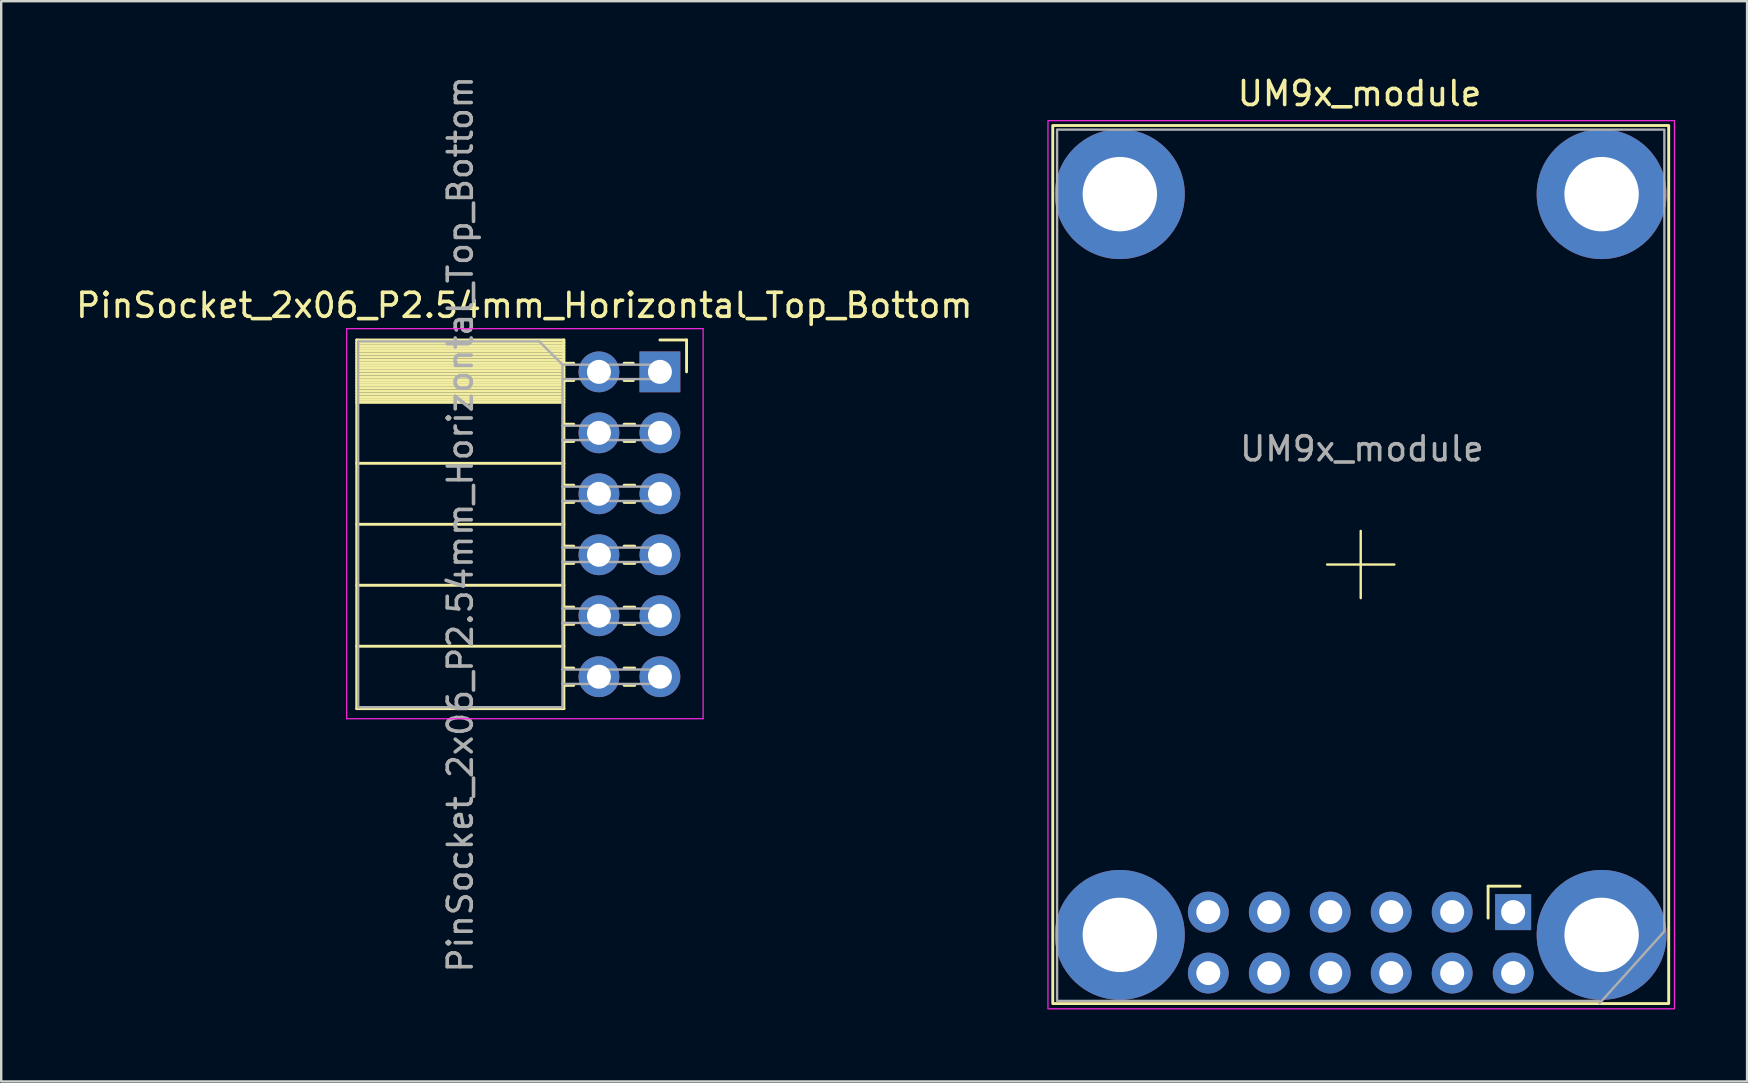
<source format=kicad_pcb>
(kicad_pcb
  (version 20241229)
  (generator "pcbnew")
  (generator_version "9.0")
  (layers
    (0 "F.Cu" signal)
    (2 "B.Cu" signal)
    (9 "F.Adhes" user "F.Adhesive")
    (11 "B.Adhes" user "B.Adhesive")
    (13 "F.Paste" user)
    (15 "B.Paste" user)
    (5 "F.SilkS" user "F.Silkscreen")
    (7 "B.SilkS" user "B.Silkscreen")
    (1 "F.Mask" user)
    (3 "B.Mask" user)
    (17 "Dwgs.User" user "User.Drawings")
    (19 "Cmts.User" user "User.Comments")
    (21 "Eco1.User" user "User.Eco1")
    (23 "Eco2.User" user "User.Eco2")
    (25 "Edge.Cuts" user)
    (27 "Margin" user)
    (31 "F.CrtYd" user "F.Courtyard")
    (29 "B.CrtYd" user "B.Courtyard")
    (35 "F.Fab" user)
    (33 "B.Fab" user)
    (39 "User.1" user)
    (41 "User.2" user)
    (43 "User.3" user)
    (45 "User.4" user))
  (footprint "PinSocket_2x06_P2.54mm_Horizontal_Top_Bottom"
    (layer "F.Cu")
    (at 24.442 12.442)
    (property "Reference" "PinSocket_2x06_P2.54mm_Horizontal_Top_Bottom" (at -5.65 -2.77 0) (layer "F.SilkS") (effects (font (size 1 1) (thickness 0.15))))
    (attr through_hole)
    (fp_line (start -12.63 -1.33) (end -12.63 14.03) (stroke (width 0.12) (type solid)) (layer "F.SilkS"))
    (fp_line (start -12.63 -1.33) (end -4 -1.33) (stroke (width 0.12) (type solid)) (layer "F.SilkS"))
    (fp_line (start -12.63 -1.21) (end -4 -1.21) (stroke (width 0.12) (type solid)) (layer "F.SilkS"))
    (fp_line (start -12.63 -1.092) (end -4 -1.092) (stroke (width 0.12) (type solid)) (layer "F.SilkS"))
    (fp_line (start -12.63 -0.974) (end -4 -0.974) (stroke (width 0.12) (type solid)) (layer "F.SilkS"))
    (fp_line (start -12.63 -0.856) (end -4 -0.856) (stroke (width 0.12) (type solid)) (layer "F.SilkS"))
    (fp_line (start -12.63 -0.738) (end -4 -0.738) (stroke (width 0.12) (type solid)) (layer "F.SilkS"))
    (fp_line (start -12.63 -0.62) (end -4 -0.62) (stroke (width 0.12) (type solid)) (layer "F.SilkS"))
    (fp_line (start -12.63 -0.501) (end -4 -0.501) (stroke (width 0.12) (type solid)) (layer "F.SilkS"))
    (fp_line (start -12.63 -0.383) (end -4 -0.383) (stroke (width 0.12) (type solid)) (layer "F.SilkS"))
    (fp_line (start -12.63 -0.265) (end -4 -0.265) (stroke (width 0.12) (type solid)) (layer "F.SilkS"))
    (fp_line (start -12.63 -0.147) (end -4 -0.147) (stroke (width 0.12) (type solid)) (layer "F.SilkS"))
    (fp_line (start -12.63 -0.029) (end -4 -0.029) (stroke (width 0.12) (type solid)) (layer "F.SilkS"))
    (fp_line (start -12.63 0.089) (end -4 0.089) (stroke (width 0.12) (type solid)) (layer "F.SilkS"))
    (fp_line (start -12.63 0.207) (end -4 0.207) (stroke (width 0.12) (type solid)) (layer "F.SilkS"))
    (fp_line (start -12.63 0.325) (end -4 0.325) (stroke (width 0.12) (type solid)) (layer "F.SilkS"))
    (fp_line (start -12.63 0.443) (end -4 0.443) (stroke (width 0.12) (type solid)) (layer "F.SilkS"))
    (fp_line (start -12.63 0.561) (end -4 0.561) (stroke (width 0.12) (type solid)) (layer "F.SilkS"))
    (fp_line (start -12.63 0.68) (end -4 0.68) (stroke (width 0.12) (type solid)) (layer "F.SilkS"))
    (fp_line (start -12.63 0.798) (end -4 0.798) (stroke (width 0.12) (type solid)) (layer "F.SilkS"))
    (fp_line (start -12.63 0.916) (end -4 0.916) (stroke (width 0.12) (type solid)) (layer "F.SilkS"))
    (fp_line (start -12.63 1.034) (end -4 1.034) (stroke (width 0.12) (type solid)) (layer "F.SilkS"))
    (fp_line (start -12.63 1.152) (end -4 1.152) (stroke (width 0.12) (type solid)) (layer "F.SilkS"))
    (fp_line (start -12.63 1.27) (end -4 1.27) (stroke (width 0.12) (type solid)) (layer "F.SilkS"))
    (fp_line (start -12.63 3.81) (end -4 3.81) (stroke (width 0.12) (type solid)) (layer "F.SilkS"))
    (fp_line (start -12.63 6.35) (end -4 6.35) (stroke (width 0.12) (type solid)) (layer "F.SilkS"))
    (fp_line (start -12.63 8.89) (end -4 8.89) (stroke (width 0.12) (type solid)) (layer "F.SilkS"))
    (fp_line (start -12.63 11.43) (end -4 11.43) (stroke (width 0.12) (type solid)) (layer "F.SilkS"))
    (fp_line (start -12.63 14.03) (end -4 14.03) (stroke (width 0.12) (type solid)) (layer "F.SilkS"))
    (fp_line (start -4 -1.33) (end -4 14.03) (stroke (width 0.12) (type solid)) (layer "F.SilkS"))
    (fp_line (start -4 -0.36) (end -3.59 -0.36) (stroke (width 0.12) (type solid)) (layer "F.SilkS"))
    (fp_line (start -4 0.36) (end -3.59 0.36) (stroke (width 0.12) (type solid)) (layer "F.SilkS"))
    (fp_line (start -4 2.18) (end -3.59 2.18) (stroke (width 0.12) (type solid)) (layer "F.SilkS"))
    (fp_line (start -4 2.9) (end -3.59 2.9) (stroke (width 0.12) (type solid)) (layer "F.SilkS"))
    (fp_line (start -4 4.72) (end -3.59 4.72) (stroke (width 0.12) (type solid)) (layer "F.SilkS"))
    (fp_line (start -4 5.44) (end -3.59 5.44) (stroke (width 0.12) (type solid)) (layer "F.SilkS"))
    (fp_line (start -4 7.26) (end -3.59 7.26) (stroke (width 0.12) (type solid)) (layer "F.SilkS"))
    (fp_line (start -4 7.98) (end -3.59 7.98) (stroke (width 0.12) (type solid)) (layer "F.SilkS"))
    (fp_line (start -4 9.8) (end -3.59 9.8) (stroke (width 0.12) (type solid)) (layer "F.SilkS"))
    (fp_line (start -4 10.52) (end -3.59 10.52) (stroke (width 0.12) (type solid)) (layer "F.SilkS"))
    (fp_line (start -4 12.34) (end -3.59 12.34) (stroke (width 0.12) (type solid)) (layer "F.SilkS"))
    (fp_line (start -4 13.06) (end -3.59 13.06) (stroke (width 0.12) (type solid)) (layer "F.SilkS"))
    (fp_line (start -1.49 -0.36) (end -1.11 -0.36) (stroke (width 0.12) (type solid)) (layer "F.SilkS"))
    (fp_line (start -1.49 0.36) (end -1.11 0.36) (stroke (width 0.12) (type solid)) (layer "F.SilkS"))
    (fp_line (start -1.49 2.18) (end -1.05 2.18) (stroke (width 0.12) (type solid)) (layer "F.SilkS"))
    (fp_line (start -1.49 2.9) (end -1.05 2.9) (stroke (width 0.12) (type solid)) (layer "F.SilkS"))
    (fp_line (start -1.49 4.72) (end -1.05 4.72) (stroke (width 0.12) (type solid)) (layer "F.SilkS"))
    (fp_line (start -1.49 5.44) (end -1.05 5.44) (stroke (width 0.12) (type solid)) (layer "F.SilkS"))
    (fp_line (start -1.49 7.26) (end -1.05 7.26) (stroke (width 0.12) (type solid)) (layer "F.SilkS"))
    (fp_line (start -1.49 7.98) (end -1.05 7.98) (stroke (width 0.12) (type solid)) (layer "F.SilkS"))
    (fp_line (start -1.49 9.8) (end -1.05 9.8) (stroke (width 0.12) (type solid)) (layer "F.SilkS"))
    (fp_line (start -1.49 10.52) (end -1.05 10.52) (stroke (width 0.12) (type solid)) (layer "F.SilkS"))
    (fp_line (start -1.49 12.34) (end -1.05 12.34) (stroke (width 0.12) (type solid)) (layer "F.SilkS"))
    (fp_line (start -1.49 13.06) (end -1.05 13.06) (stroke (width 0.12) (type solid)) (layer "F.SilkS"))
    (fp_line (start 0 -1.33) (end 1.11 -1.33) (stroke (width 0.12) (type solid)) (layer "F.SilkS"))
    (fp_line (start 1.11 -1.33) (end 1.11 0) (stroke (width 0.12) (type solid)) (layer "F.SilkS"))
    (fp_line (start -13.05 -1.8) (end -13.05 14.45) (stroke (width 0.05) (type solid)) (layer "F.CrtYd"))
    (fp_line (start -13.05 14.45) (end 1.8 14.45) (stroke (width 0.05) (type solid)) (layer "F.CrtYd"))
    (fp_line (start 1.8 -1.8) (end -13.05 -1.8) (stroke (width 0.05) (type solid)) (layer "F.CrtYd"))
    (fp_line (start 1.8 14.45) (end 1.8 -1.8) (stroke (width 0.05) (type solid)) (layer "F.CrtYd"))
    (fp_line (start -12.57 -1.27) (end -5.03 -1.27) (stroke (width 0.1) (type solid)) (layer "F.Fab"))
    (fp_line (start -12.57 13.97) (end -12.57 -1.27) (stroke (width 0.1) (type solid)) (layer "F.Fab"))
    (fp_line (start -5.03 -1.27) (end -4.06 -0.3) (stroke (width 0.1) (type solid)) (layer "F.Fab"))
    (fp_line (start -4.06 -0.3) (end -4.06 13.97) (stroke (width 0.1) (type solid)) (layer "F.Fab"))
    (fp_line (start -4.06 0.3) (end 0 0.3) (stroke (width 0.1) (type solid)) (layer "F.Fab"))
    (fp_line (start -4.06 2.84) (end 0 2.84) (stroke (width 0.1) (type solid)) (layer "F.Fab"))
    (fp_line (start -4.06 5.38) (end 0 5.38) (stroke (width 0.1) (type solid)) (layer "F.Fab"))
    (fp_line (start -4.06 7.92) (end 0 7.92) (stroke (width 0.1) (type solid)) (layer "F.Fab"))
    (fp_line (start -4.06 10.46) (end 0 10.46) (stroke (width 0.1) (type solid)) (layer "F.Fab"))
    (fp_line (start -4.06 13) (end 0 13) (stroke (width 0.1) (type solid)) (layer "F.Fab"))
    (fp_line (start -4.06 13.97) (end -12.57 13.97) (stroke (width 0.1) (type solid)) (layer "F.Fab"))
    (fp_line (start 0 -0.3) (end -4.06 -0.3) (stroke (width 0.1) (type solid)) (layer "F.Fab"))
    (fp_line (start 0 0.3) (end 0 -0.3) (stroke (width 0.1) (type solid)) (layer "F.Fab"))
    (fp_line (start 0 2.24) (end -4.06 2.24) (stroke (width 0.1) (type solid)) (layer "F.Fab"))
    (fp_line (start 0 2.84) (end 0 2.24) (stroke (width 0.1) (type solid)) (layer "F.Fab"))
    (fp_line (start 0 4.78) (end -4.06 4.78) (stroke (width 0.1) (type solid)) (layer "F.Fab"))
    (fp_line (start 0 5.38) (end 0 4.78) (stroke (width 0.1) (type solid)) (layer "F.Fab"))
    (fp_line (start 0 7.32) (end -4.06 7.32) (stroke (width 0.1) (type solid)) (layer "F.Fab"))
    (fp_line (start 0 7.92) (end 0 7.32) (stroke (width 0.1) (type solid)) (layer "F.Fab"))
    (fp_line (start 0 9.86) (end -4.06 9.86) (stroke (width 0.1) (type solid)) (layer "F.Fab"))
    (fp_line (start 0 10.46) (end 0 9.86) (stroke (width 0.1) (type solid)) (layer "F.Fab"))
    (fp_line (start 0 12.4) (end -4.06 12.4) (stroke (width 0.1) (type solid)) (layer "F.Fab"))
    (fp_line (start 0 13) (end 0 12.4) (stroke (width 0.1) (type solid)) (layer "F.Fab"))
    (fp_text user "${REFERENCE}" (at -8.315 6.35 90) (layer "F.Fab") (effects (font (size 1 1) (thickness 0.15))))
    (pad "1" thru_hole rect (at 0 0) (size 1.7 1.7) (drill 1) (layers "*.Cu" "*.Mask"))
    (pad "2" thru_hole oval (at 0 2.54) (size 1.7 1.7) (drill 1) (layers "*.Cu" "*.Mask"))
    (pad "3" thru_hole oval (at 0 5.08) (size 1.7 1.7) (drill 1) (layers "*.Cu" "*.Mask"))
    (pad "4" thru_hole oval (at 0 7.62) (size 1.7 1.7) (drill 1) (layers "*.Cu" "*.Mask"))
    (pad "5" thru_hole oval (at 0 10.16) (size 1.7 1.7) (drill 1) (layers "*.Cu" "*.Mask"))
    (pad "6" thru_hole oval (at 0 12.7) (size 1.7 1.7) (drill 1) (layers "*.Cu" "*.Mask"))
    (pad "7" thru_hole oval (at -2.54 0) (size 1.7 1.7) (drill 1) (layers "*.Cu" "*.Mask"))
    (pad "8" thru_hole oval (at -2.54 2.54) (size 1.7 1.7) (drill 1) (layers "*.Cu" "*.Mask"))
    (pad "9" thru_hole oval (at -2.54 5.08) (size 1.7 1.7) (drill 1) (layers "*.Cu" "*.Mask"))
    (pad "10" thru_hole oval (at -2.54 7.62) (size 1.7 1.7) (drill 1) (layers "*.Cu" "*.Mask"))
    (pad "11" thru_hole oval (at -2.54 10.16) (size 1.7 1.7) (drill 1) (layers "*.Cu" "*.Mask"))
    (pad "12" thru_hole oval (at -2.54 12.7) (size 1.7 1.7) (drill 1) (layers "*.Cu" "*.Mask")))
  (footprint "UM9x_module"
    (layer "F.Cu")
    (at 59.988 34.948)
    (property "Reference" "UM9x_module" (at -6.4 -34.1 0) (layer "F.SilkS") (effects (font (size 1 1) (thickness 0.15))))
    (attr through_hole exclude_from_pos_files exclude_from_bom)
    (fp_line (start -1.044 -1.08) (end 0.286 -1.08) (stroke (width 0.12) (type solid)) (layer "F.SilkS"))
    (fp_line (start -1.044 0.25) (end -1.044 -1.08) (stroke (width 0.12) (type solid)) (layer "F.SilkS"))
    (fp_rect (start -19.18 -32.77) (end 6.48 3.81) (stroke (width 0.12) (type solid)) (fill no) (layer "F.SilkS"))
    (fp_rect (start -19.38 -32.97) (end 6.72 4.03) (stroke (width 0.05) (type solid)) (fill no) (layer "F.CrtYd"))
    (fp_poly (pts (xy 3.6 3.8) (xy 6.3 0.8) (xy 6.3 -32.6) (xy -19 -32.6) (xy -19 3.7) (xy 3.7 3.7) (xy 3.6 3.7)) (stroke (width 0.1) (type solid)) (fill no) (layer "F.Fab"))
    (fp_text user "${REFERENCE}" (at -6.3 -19.3 0) (layer "F.Fab") (effects (font (size 1 1) (thickness 0.15))))
    (dimension (type center) (layer "F.SilkS") (pts (xy 53.638 20.468) (xy 55.038 20.468)) (style (thickness 0.1) (arrow_length 1.27) (text_position_mode 0) (extension_offset 0.5) (keep_text_aligned yes)))
    (pad "1" thru_hole rect (at 0 0) (size 1.5 1.5) (drill 1) (layers "*.Cu" "*.Mask"))
    (pad "2" thru_hole circle (at -2.54 0) (size 1.7 1.7) (drill 1) (layers "*.Cu" "*.Mask"))
    (pad "3" thru_hole circle (at -5.08 0) (size 1.7 1.7) (drill 1) (layers "*.Cu" "*.Mask"))
    (pad "4" thru_hole circle (at -7.62 0) (size 1.7 1.7) (drill 1) (layers "*.Cu" "*.Mask"))
    (pad "5" thru_hole circle (at -10.16 0) (size 1.7 1.7) (drill 1) (layers "*.Cu" "*.Mask"))
    (pad "6" thru_hole circle (at -12.7 0) (size 1.7 1.7) (drill 1) (layers "*.Cu" "*.Mask"))
    (pad "7" thru_hole circle (at 0 2.54) (size 1.7 1.7) (drill 1) (layers "*.Cu" "*.Mask"))
    (pad "8" thru_hole circle (at -2.54 2.54) (size 1.7 1.7) (drill 1) (layers "*.Cu" "*.Mask"))
    (pad "9" thru_hole circle (at -5.08 2.54) (size 1.7 1.7) (drill 1) (layers "*.Cu" "*.Mask"))
    (pad "10" thru_hole circle (at -7.62 2.54) (size 1.7 1.7) (drill 1) (layers "*.Cu" "*.Mask"))
    (pad "11" thru_hole circle (at -10.16 2.54) (size 1.7 1.7) (drill 1) (layers "*.Cu" "*.Mask"))
    (pad "12" thru_hole circle (at -12.7 2.54) (size 1.7 1.7) (drill 1) (layers "*.Cu" "*.Mask"))
    (pad "13" thru_hole circle (at -16.385 -29.91) (size 5.41 5.41) (drill 3.1) (layers "*.Cu" "*.Mask"))
    (pad "14" thru_hole circle (at -16.385 0.95) (size 5.41 5.41) (drill 3.1) (layers "*.Cu" "*.Mask"))
    (pad "15" thru_hole circle (at 3.685 -29.91) (size 5.41 5.41) (drill 3.1) (layers "*.Cu" "*.Mask"))
    (pad "16" thru_hole circle (at 3.685 0.95) (size 5.41 5.41) (drill 3.1) (layers "*.Cu" "*.Mask"))
    (zone (net_name "") (layer "F.Cu") (hatch edge 0.5) (connect_pads) (min_thickness 0.25) (filled_areas_thickness no) (keepout (tracks not_allowed) (vias not_allowed) (pads allowed) (copperpour not_allowed) (footprints allowed)) (placement (enabled no)) (fill) (polygon (pts (xy 40.808 2.178) (xy 66.468 2.178) (xy 66.468 38.88) (xy 60.889 38.869) (xy 60.888 33.45) (xy 46.388 33.473) (xy 46.388 38.772) (xy 40.808 38.884)))))
  (gr_rect
    (start -3 -3)
    (end 69.733 42.003)
    (stroke (width 0.1) (type default))
    (fill no)
    (layer "Edge.Cuts")))
</source>
